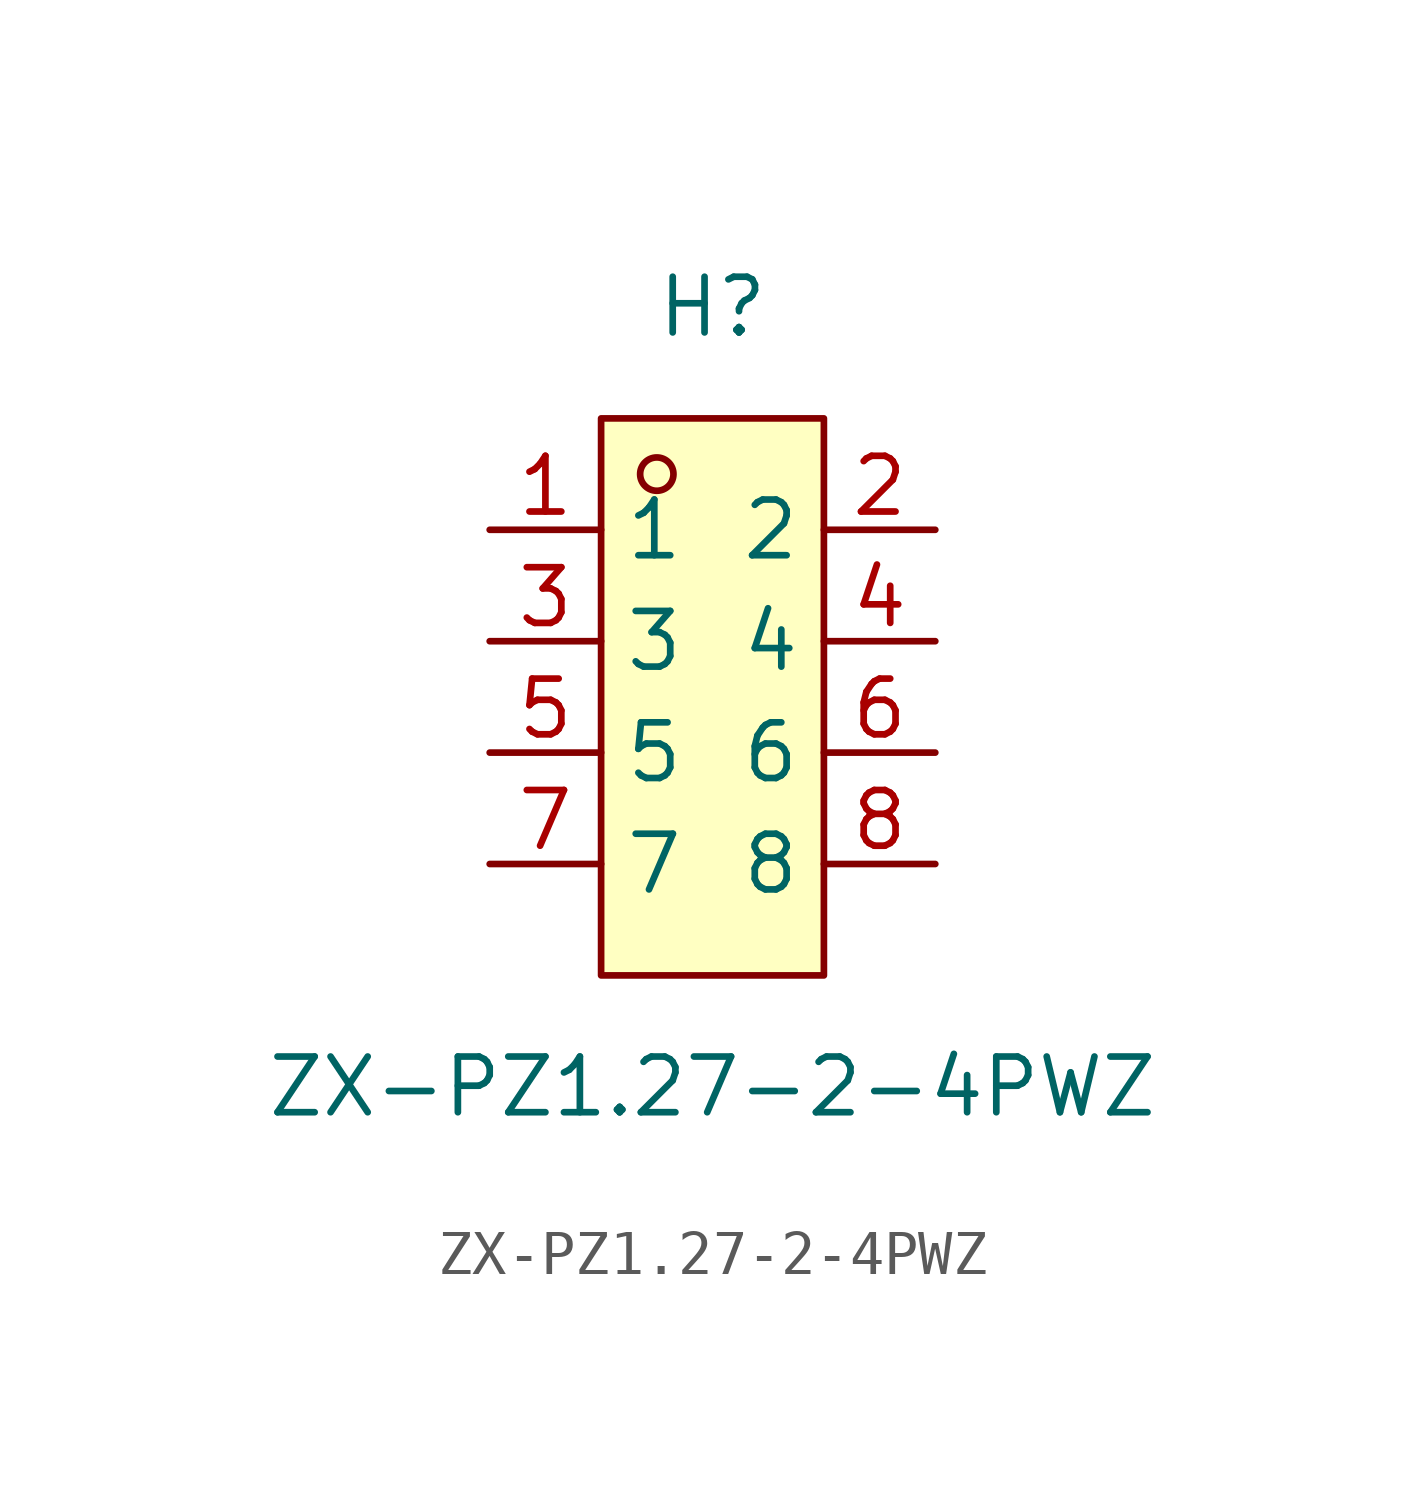
<source format=kicad_sym>
(kicad_symbol_lib
  (version 20211014)
  (generator https://github.com/uPesy/easyeda2kicad.py)
  (symbol "ZX-PZ1.27-2-4PWZ"
    (property "Reference" "H"
      (at 0 8.89 0)
      (effects (font (size 1.27 1.27))))
    (property "Value" "ZX-PZ1.27-2-4PWZ"
      (at 0 -8.89 0)
      (effects (font (size 1.27 1.27))))
    (symbol "ZX-PZ1.27-2-4PWZ_0_1"
      (rectangle (start -2.54 6.35) (end 2.54 -6.35) (stroke (width 0) (type default) (color 0 0 0 0)) (fill (type background)))
      (circle (center -1.27 5.08) (radius 0.38) (stroke (width 0) (type default) (color 0 0 0 0)) (fill (type none)))
      (pin unspecified line (at -5.08 3.81 0) (length 2.54) (name "1" (effects (font (size 1.27 1.27)))) (number "1" (effects (font (size 1.27 1.27)))))
      (pin unspecified line (at 5.08 -3.81 180) (length 2.54) (name "8" (effects (font (size 1.27 1.27)))) (number "8" (effects (font (size 1.27 1.27)))))
      (pin unspecified line (at -5.08 1.27 0) (length 2.54) (name "3" (effects (font (size 1.27 1.27)))) (number "3" (effects (font (size 1.27 1.27)))))
      (pin unspecified line (at 5.08 -1.27 180) (length 2.54) (name "6" (effects (font (size 1.27 1.27)))) (number "6" (effects (font (size 1.27 1.27)))))
      (pin unspecified line (at -5.08 -1.27 0) (length 2.54) (name "5" (effects (font (size 1.27 1.27)))) (number "5" (effects (font (size 1.27 1.27)))))
      (pin unspecified line (at 5.08 1.27 180) (length 2.54) (name "4" (effects (font (size 1.27 1.27)))) (number "4" (effects (font (size 1.27 1.27)))))
      (pin unspecified line (at -5.08 -3.81 0) (length 2.54) (name "7" (effects (font (size 1.27 1.27)))) (number "7" (effects (font (size 1.27 1.27)))))
      (pin unspecified line (at 5.08 3.81 180) (length 2.54) (name "2" (effects (font (size 1.27 1.27)))) (number "2" (effects (font (size 1.27 1.27))))))))
</source>
